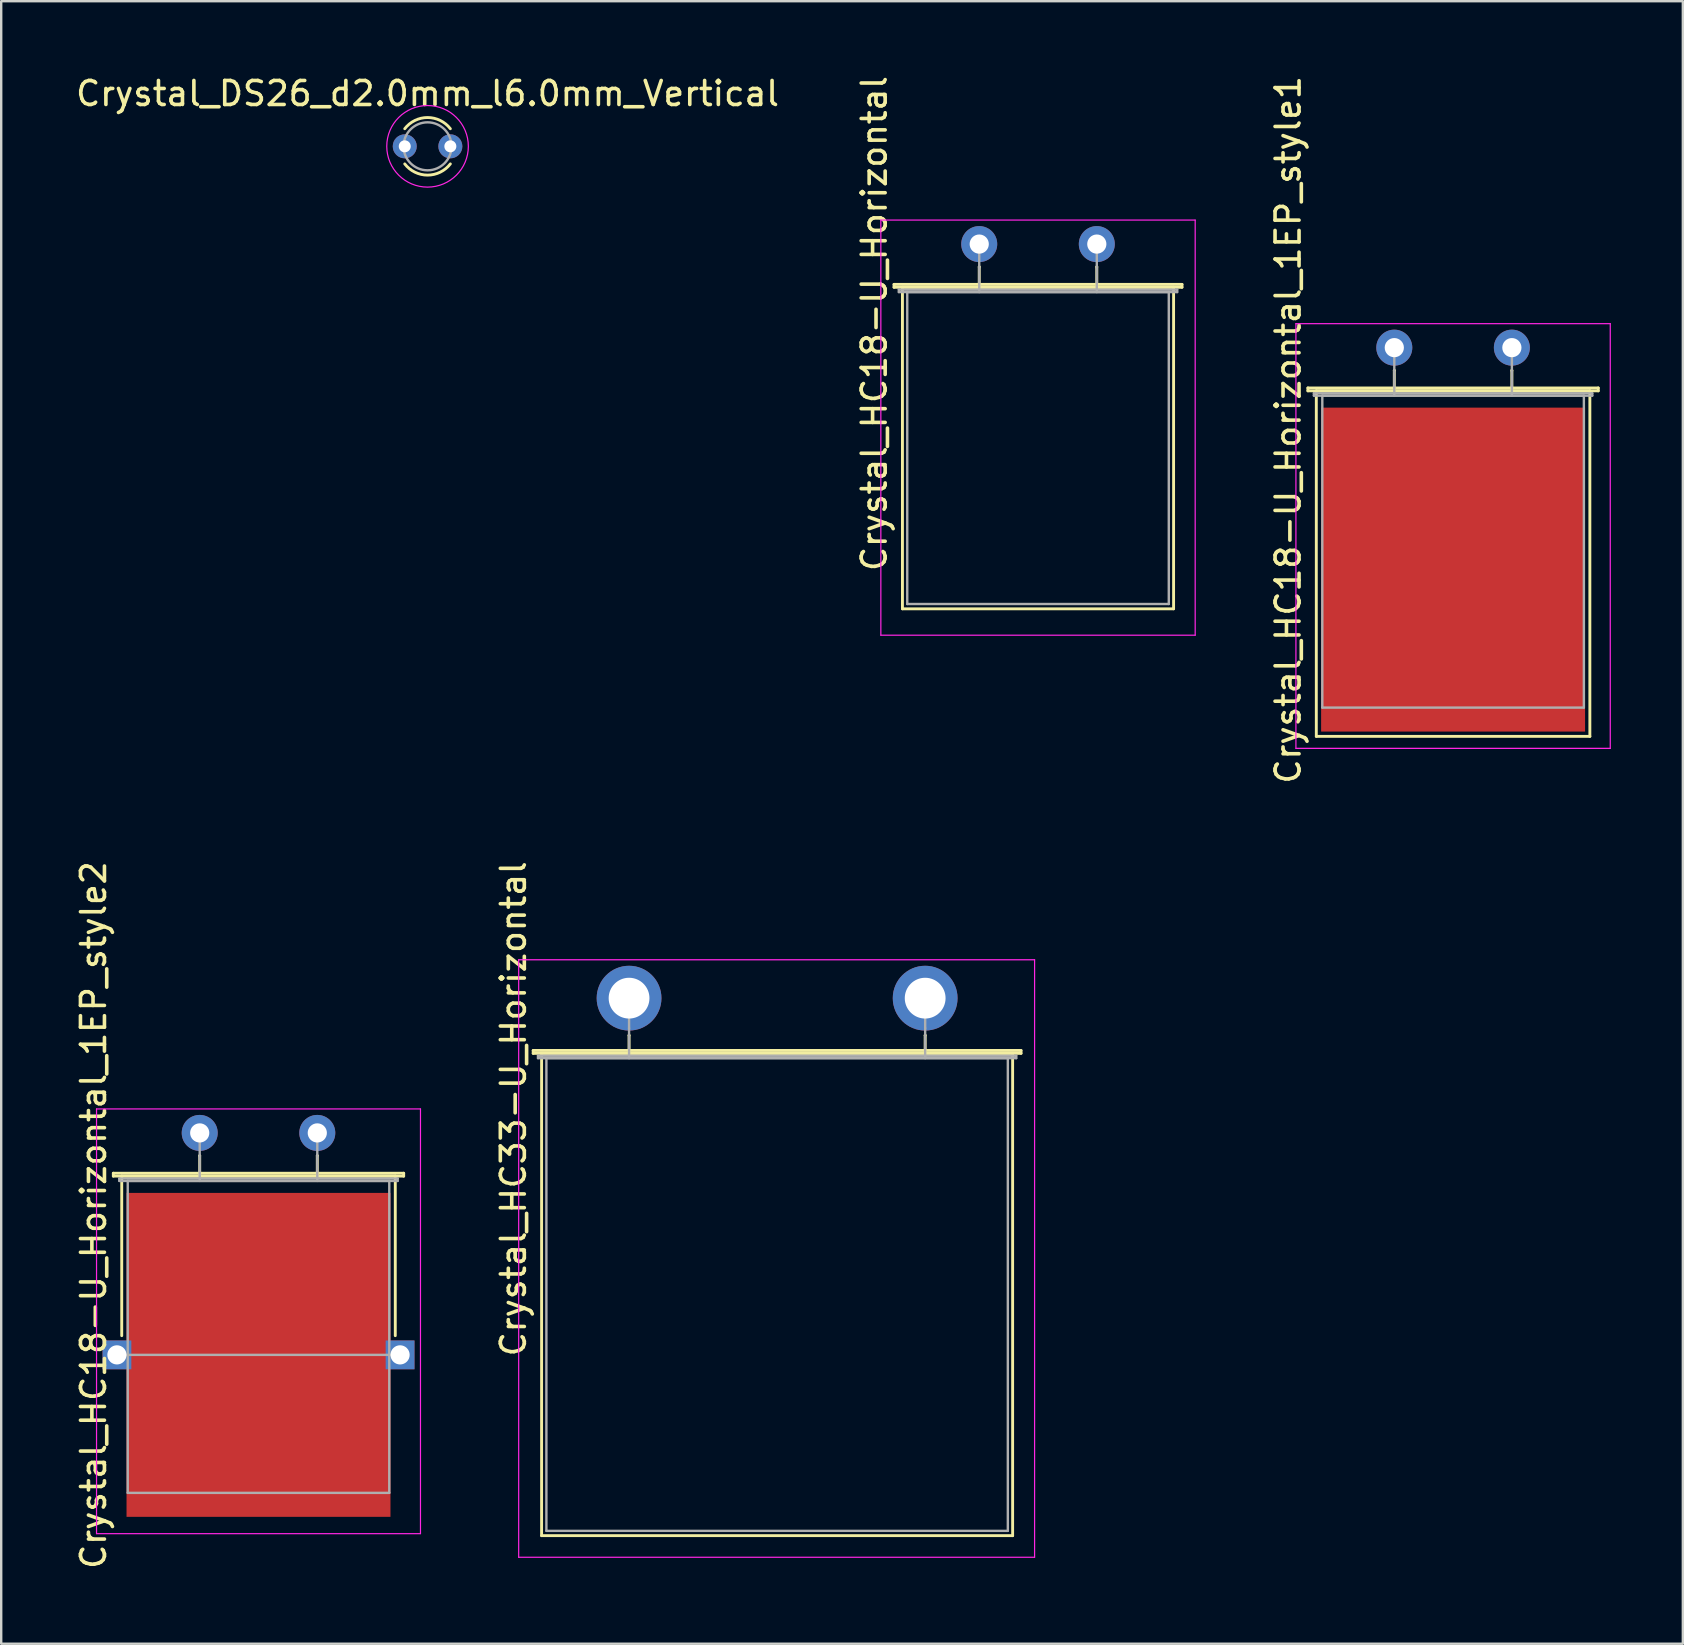
<source format=kicad_pcb>
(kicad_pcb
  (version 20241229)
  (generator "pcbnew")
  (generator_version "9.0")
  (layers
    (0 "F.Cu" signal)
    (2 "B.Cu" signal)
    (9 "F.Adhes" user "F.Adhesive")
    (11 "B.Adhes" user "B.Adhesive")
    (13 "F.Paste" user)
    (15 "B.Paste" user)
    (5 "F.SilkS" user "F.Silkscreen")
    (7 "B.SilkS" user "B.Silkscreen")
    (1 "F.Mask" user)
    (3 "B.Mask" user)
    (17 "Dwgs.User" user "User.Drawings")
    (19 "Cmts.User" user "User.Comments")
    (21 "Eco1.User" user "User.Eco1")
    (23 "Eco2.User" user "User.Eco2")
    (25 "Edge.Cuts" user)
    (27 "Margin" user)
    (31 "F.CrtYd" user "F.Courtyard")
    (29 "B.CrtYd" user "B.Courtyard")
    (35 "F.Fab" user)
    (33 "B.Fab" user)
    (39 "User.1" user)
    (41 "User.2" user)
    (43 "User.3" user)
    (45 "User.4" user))
  (footprint "Crystal_HC18-U_Horizontal"
    (layer "F.Cu")
    (at 37.759 7.122)
    (property "Reference" "Crystal_HC18-U_Horizontal" (at -4.375 3.312 90) (layer "F.SilkS") (effects (font (size 1 1) (thickness 0.15))))
    (attr through_hole)
    (fp_line (start -3.55 1.68) (end 8.45 1.68) (stroke (width 0.12) (type solid)) (layer "F.SilkS"))
    (fp_line (start -3.55 1.8) (end -3.55 1.68) (stroke (width 0.12) (type solid)) (layer "F.SilkS"))
    (fp_line (start -3.2 1.8) (end -3.2 15.2) (stroke (width 0.12) (type solid)) (layer "F.SilkS"))
    (fp_line (start -3.2 15.2) (end 8.1 15.2) (stroke (width 0.12) (type solid)) (layer "F.SilkS"))
    (fp_line (start 0 0.95) (end 0 0.95) (stroke (width 0.12) (type solid)) (layer "F.SilkS"))
    (fp_line (start 0 1.8) (end 0 0.95) (stroke (width 0.12) (type solid)) (layer "F.SilkS"))
    (fp_line (start 4.9 0.95) (end 4.9 0.95) (stroke (width 0.12) (type solid)) (layer "F.SilkS"))
    (fp_line (start 4.9 1.8) (end 4.9 0.95) (stroke (width 0.12) (type solid)) (layer "F.SilkS"))
    (fp_line (start 8.1 1.8) (end -3.2 1.8) (stroke (width 0.12) (type solid)) (layer "F.SilkS"))
    (fp_line (start 8.1 15.2) (end 8.1 1.8) (stroke (width 0.12) (type solid)) (layer "F.SilkS"))
    (fp_line (start 8.45 1.68) (end 8.45 1.8) (stroke (width 0.12) (type solid)) (layer "F.SilkS"))
    (fp_line (start 8.45 1.8) (end -3.55 1.8) (stroke (width 0.12) (type solid)) (layer "F.SilkS"))
    (fp_line (start -4.1 -1) (end -4.1 16.3) (stroke (width 0.05) (type solid)) (layer "F.CrtYd"))
    (fp_line (start -4.1 16.3) (end 9 16.3) (stroke (width 0.05) (type solid)) (layer "F.CrtYd"))
    (fp_line (start 9 -1) (end -4.1 -1) (stroke (width 0.05) (type solid)) (layer "F.CrtYd"))
    (fp_line (start 9 16.3) (end 9 -1) (stroke (width 0.05) (type solid)) (layer "F.CrtYd"))
    (fp_line (start -3.35 1.9) (end 8.25 1.9) (stroke (width 0.1) (type solid)) (layer "F.Fab"))
    (fp_line (start -3.35 2) (end -3.35 1.9) (stroke (width 0.1) (type solid)) (layer "F.Fab"))
    (fp_line (start -3 2) (end -3 15) (stroke (width 0.1) (type solid)) (layer "F.Fab"))
    (fp_line (start -3 15) (end 7.9 15) (stroke (width 0.1) (type solid)) (layer "F.Fab"))
    (fp_line (start 0 1) (end 0 0) (stroke (width 0.1) (type solid)) (layer "F.Fab"))
    (fp_line (start 0 2) (end 0 1) (stroke (width 0.1) (type solid)) (layer "F.Fab"))
    (fp_line (start 4.9 1) (end 4.9 0) (stroke (width 0.1) (type solid)) (layer "F.Fab"))
    (fp_line (start 4.9 2) (end 4.9 1) (stroke (width 0.1) (type solid)) (layer "F.Fab"))
    (fp_line (start 7.9 2) (end -3 2) (stroke (width 0.1) (type solid)) (layer "F.Fab"))
    (fp_line (start 7.9 15) (end 7.9 2) (stroke (width 0.1) (type solid)) (layer "F.Fab"))
    (fp_line (start 8.25 1.9) (end 8.25 2) (stroke (width 0.1) (type solid)) (layer "F.Fab"))
    (fp_line (start 8.25 2) (end -3.35 2) (stroke (width 0.1) (type solid)) (layer "F.Fab"))
    (pad "1" thru_hole circle (at 0 0) (size 1.5 1.5) (drill 0.8) (layers "*.Cu" "*.Mask"))
    (pad "2" thru_hole circle (at 4.9 0) (size 1.5 1.5) (drill 0.8) (layers "*.Cu" "*.Mask")))
  (footprint "Crystal_HC18-U_Horizontal_1EP_style2"
    (layer "F.Cu")
    (at 5.273 44.164)
    (property "Reference" "Crystal_HC18-U_Horizontal_1EP_style2" (at -4.425 3.425 90) (layer "F.SilkS") (effects (font (size 1 1) (thickness 0.15))))
    (attr through_hole)
    (fp_line (start -3.6 1.68) (end 8.5 1.68) (stroke (width 0.12) (type solid)) (layer "F.SilkS"))
    (fp_line (start -3.6 1.8) (end -3.6 1.68) (stroke (width 0.12) (type solid)) (layer "F.SilkS"))
    (fp_line (start -3.25 1.8) (end 8.15 1.8) (stroke (width 0.12) (type solid)) (layer "F.SilkS"))
    (fp_line (start -3.25 8.45) (end -3.25 1.8) (stroke (width 0.12) (type solid)) (layer "F.SilkS"))
    (fp_line (start 0 0.95) (end 0 0.95) (stroke (width 0.12) (type solid)) (layer "F.SilkS"))
    (fp_line (start 0 1.8) (end 0 0.95) (stroke (width 0.12) (type solid)) (layer "F.SilkS"))
    (fp_line (start 4.9 0.95) (end 4.9 0.95) (stroke (width 0.12) (type solid)) (layer "F.SilkS"))
    (fp_line (start 4.9 1.8) (end 4.9 0.95) (stroke (width 0.12) (type solid)) (layer "F.SilkS"))
    (fp_line (start 8.15 1.8) (end 8.15 8.45) (stroke (width 0.12) (type solid)) (layer "F.SilkS"))
    (fp_line (start 8.5 1.68) (end 8.5 1.8) (stroke (width 0.12) (type solid)) (layer "F.SilkS"))
    (fp_line (start 8.5 1.8) (end -3.6 1.8) (stroke (width 0.12) (type solid)) (layer "F.SilkS"))
    (fp_line (start -4.3 -1) (end -4.3 16.7) (stroke (width 0.05) (type solid)) (layer "F.CrtYd"))
    (fp_line (start -4.3 16.7) (end 9.2 16.7) (stroke (width 0.05) (type solid)) (layer "F.CrtYd"))
    (fp_line (start 9.2 -1) (end -4.3 -1) (stroke (width 0.05) (type solid)) (layer "F.CrtYd"))
    (fp_line (start 9.2 16.7) (end 9.2 -1) (stroke (width 0.05) (type solid)) (layer "F.CrtYd"))
    (fp_line (start -3.45 9.25) (end 8.35 9.25) (stroke (width 0.1) (type solid)) (layer "F.Fab"))
    (fp_line (start -3.35 1.9) (end 8.25 1.9) (stroke (width 0.1) (type solid)) (layer "F.Fab"))
    (fp_line (start -3.35 2) (end -3.35 1.9) (stroke (width 0.1) (type solid)) (layer "F.Fab"))
    (fp_line (start -3 2) (end -3 15) (stroke (width 0.1) (type solid)) (layer "F.Fab"))
    (fp_line (start -3 15) (end 7.9 15) (stroke (width 0.1) (type solid)) (layer "F.Fab"))
    (fp_line (start 0 1) (end 0 0) (stroke (width 0.1) (type solid)) (layer "F.Fab"))
    (fp_line (start 0 2) (end 0 1) (stroke (width 0.1) (type solid)) (layer "F.Fab"))
    (fp_line (start 4.9 1) (end 4.9 0) (stroke (width 0.1) (type solid)) (layer "F.Fab"))
    (fp_line (start 4.9 2) (end 4.9 1) (stroke (width 0.1) (type solid)) (layer "F.Fab"))
    (fp_line (start 7.9 2) (end -3 2) (stroke (width 0.1) (type solid)) (layer "F.Fab"))
    (fp_line (start 7.9 15) (end 7.9 2) (stroke (width 0.1) (type solid)) (layer "F.Fab"))
    (fp_line (start 8.25 1.9) (end 8.25 2) (stroke (width 0.1) (type solid)) (layer "F.Fab"))
    (fp_line (start 8.25 2) (end -3.35 2) (stroke (width 0.1) (type solid)) (layer "F.Fab"))
    (pad "1" thru_hole circle (at 0 0) (size 1.5 1.5) (drill 0.8) (layers "*.Cu" "*.Mask"))
    (pad "2" thru_hole circle (at 4.9 0) (size 1.5 1.5) (drill 0.8) (layers "*.Cu" "*.Mask"))
    (pad "3" thru_hole rect (at -3.45 9.25) (size 1.2 1.2) (drill 0.8) (layers "*.Cu" "*.Mask"))
    (pad "3" smd rect (at 2.45 9.25) (size 11 13.5) (layers "F.Cu" "F.Mask"))
    (pad "3" thru_hole rect (at 8.35 9.25) (size 1.2 1.2) (drill 0.8) (layers "*.Cu" "*.Mask")))
  (footprint "Crystal_DS26_d2.0mm_l6.0mm_Vertical"
    (layer "F.Cu")
    (at 13.818 3.048)
    (property "Reference" "Crystal_DS26_d2.0mm_l6.0mm_Vertical" (at 0.95 -2.2 0) (layer "F.SilkS") (effects (font (size 1 1) (thickness 0.15))))
    (attr through_hole)
    (fp_arc (start 0 -0.733144) (mid 0.950178 -1.2) (end 1.900217 -0.732863) (stroke (width 0.12) (type solid)) (layer "F.SilkS"))
    (fp_arc (start 1.900217 0.732863) (mid 0.950178 1.2) (end 0 0.733144) (stroke (width 0.12) (type solid)) (layer "F.SilkS"))
    (fp_circle (center 0.95 0) (end 2.65 0) (stroke (width 0.05) (type solid)) (fill no) (layer "F.CrtYd"))
    (fp_circle (center 0.95 0) (end 1.95 0) (stroke (width 0.1) (type solid)) (fill no) (layer "F.Fab"))
    (pad "1" thru_hole circle (at 0 0) (size 1 1) (drill 0.5) (layers "*.Cu" "*.Mask"))
    (pad "2" thru_hole circle (at 1.9 0) (size 1 1) (drill 0.5) (layers "*.Cu" "*.Mask")))
  (footprint "Crystal_HC33-U_Horizontal"
    (layer "F.Cu")
    (at 23.166 38.548)
    (property "Reference" "Crystal_HC33-U_Horizontal" (at -4.82 4.612 90) (layer "F.SilkS") (effects (font (size 1 1) (thickness 0.15))))
    (attr through_hole)
    (fp_line (start -3.995 2.18) (end 16.335 2.18) (stroke (width 0.12) (type solid)) (layer "F.SilkS"))
    (fp_line (start -3.995 2.3) (end -3.995 2.18) (stroke (width 0.12) (type solid)) (layer "F.SilkS"))
    (fp_line (start -3.645 2.3) (end -3.645 22.4) (stroke (width 0.12) (type solid)) (layer "F.SilkS"))
    (fp_line (start -3.645 22.4) (end 15.985 22.4) (stroke (width 0.12) (type solid)) (layer "F.SilkS"))
    (fp_line (start 0 1.55) (end 0 1.55) (stroke (width 0.12) (type solid)) (layer "F.SilkS"))
    (fp_line (start 0 2.3) (end 0 1.55) (stroke (width 0.12) (type solid)) (layer "F.SilkS"))
    (fp_line (start 12.34 1.55) (end 12.34 1.55) (stroke (width 0.12) (type solid)) (layer "F.SilkS"))
    (fp_line (start 12.34 2.3) (end 12.34 1.55) (stroke (width 0.12) (type solid)) (layer "F.SilkS"))
    (fp_line (start 15.985 2.3) (end -3.645 2.3) (stroke (width 0.12) (type solid)) (layer "F.SilkS"))
    (fp_line (start 15.985 22.4) (end 15.985 2.3) (stroke (width 0.12) (type solid)) (layer "F.SilkS"))
    (fp_line (start 16.335 2.18) (end 16.335 2.3) (stroke (width 0.12) (type solid)) (layer "F.SilkS"))
    (fp_line (start 16.335 2.3) (end -3.995 2.3) (stroke (width 0.12) (type solid)) (layer "F.SilkS"))
    (fp_line (start -4.6 -1.6) (end -4.6 23.3) (stroke (width 0.05) (type solid)) (layer "F.CrtYd"))
    (fp_line (start -4.6 23.3) (end 16.9 23.3) (stroke (width 0.05) (type solid)) (layer "F.CrtYd"))
    (fp_line (start 16.9 -1.6) (end -4.6 -1.6) (stroke (width 0.05) (type solid)) (layer "F.CrtYd"))
    (fp_line (start 16.9 23.3) (end 16.9 -1.6) (stroke (width 0.05) (type solid)) (layer "F.CrtYd"))
    (fp_line (start -3.795 2.4) (end 16.135 2.4) (stroke (width 0.1) (type solid)) (layer "F.Fab"))
    (fp_line (start -3.795 2.5) (end -3.795 2.4) (stroke (width 0.1) (type solid)) (layer "F.Fab"))
    (fp_line (start -3.445 2.5) (end -3.445 22.2) (stroke (width 0.1) (type solid)) (layer "F.Fab"))
    (fp_line (start -3.445 22.2) (end 15.785 22.2) (stroke (width 0.1) (type solid)) (layer "F.Fab"))
    (fp_line (start 0 1.25) (end 0 0) (stroke (width 0.1) (type solid)) (layer "F.Fab"))
    (fp_line (start 0 2.5) (end 0 1.25) (stroke (width 0.1) (type solid)) (layer "F.Fab"))
    (fp_line (start 12.34 1.25) (end 12.34 0) (stroke (width 0.1) (type solid)) (layer "F.Fab"))
    (fp_line (start 12.34 2.5) (end 12.34 1.25) (stroke (width 0.1) (type solid)) (layer "F.Fab"))
    (fp_line (start 15.785 2.5) (end -3.445 2.5) (stroke (width 0.1) (type solid)) (layer "F.Fab"))
    (fp_line (start 15.785 22.2) (end 15.785 2.5) (stroke (width 0.1) (type solid)) (layer "F.Fab"))
    (fp_line (start 16.135 2.4) (end 16.135 2.5) (stroke (width 0.1) (type solid)) (layer "F.Fab"))
    (fp_line (start 16.135 2.5) (end -3.795 2.5) (stroke (width 0.1) (type solid)) (layer "F.Fab"))
    (pad "1" thru_hole circle (at 0 0) (size 2.7 2.7) (drill 1.7) (layers "*.Cu" "*.Mask"))
    (pad "2" thru_hole circle (at 12.34 0) (size 2.7 2.7) (drill 1.7) (layers "*.Cu" "*.Mask")))
  (footprint "Crystal_HC18-U_Horizontal_1EP_style1"
    (layer "F.Cu")
    (at 55.057 11.438)
    (property "Reference" "Crystal_HC18-U_Horizontal_1EP_style1" (at -4.425 3.425 90) (layer "F.SilkS") (effects (font (size 1 1) (thickness 0.15))))
    (attr through_hole)
    (fp_line (start -3.6 1.68) (end 8.5 1.68) (stroke (width 0.12) (type solid)) (layer "F.SilkS"))
    (fp_line (start -3.6 1.8) (end -3.6 1.68) (stroke (width 0.12) (type solid)) (layer "F.SilkS"))
    (fp_line (start -3.25 1.8) (end -3.25 16.2) (stroke (width 0.12) (type solid)) (layer "F.SilkS"))
    (fp_line (start -3.25 16.2) (end 8.15 16.2) (stroke (width 0.12) (type solid)) (layer "F.SilkS"))
    (fp_line (start 0 0.95) (end 0 0.95) (stroke (width 0.12) (type solid)) (layer "F.SilkS"))
    (fp_line (start 0 1.8) (end 0 0.95) (stroke (width 0.12) (type solid)) (layer "F.SilkS"))
    (fp_line (start 4.9 0.95) (end 4.9 0.95) (stroke (width 0.12) (type solid)) (layer "F.SilkS"))
    (fp_line (start 4.9 1.8) (end 4.9 0.95) (stroke (width 0.12) (type solid)) (layer "F.SilkS"))
    (fp_line (start 8.15 1.8) (end -3.25 1.8) (stroke (width 0.12) (type solid)) (layer "F.SilkS"))
    (fp_line (start 8.15 16.2) (end 8.15 1.8) (stroke (width 0.12) (type solid)) (layer "F.SilkS"))
    (fp_line (start 8.5 1.68) (end 8.5 1.8) (stroke (width 0.12) (type solid)) (layer "F.SilkS"))
    (fp_line (start 8.5 1.8) (end -3.6 1.8) (stroke (width 0.12) (type solid)) (layer "F.SilkS"))
    (fp_line (start -4.1 -1) (end -4.1 16.7) (stroke (width 0.05) (type solid)) (layer "F.CrtYd"))
    (fp_line (start -4.1 16.7) (end 9 16.7) (stroke (width 0.05) (type solid)) (layer "F.CrtYd"))
    (fp_line (start 9 -1) (end -4.1 -1) (stroke (width 0.05) (type solid)) (layer "F.CrtYd"))
    (fp_line (start 9 16.7) (end 9 -1) (stroke (width 0.05) (type solid)) (layer "F.CrtYd"))
    (fp_line (start -3.35 1.9) (end 8.25 1.9) (stroke (width 0.1) (type solid)) (layer "F.Fab"))
    (fp_line (start -3.35 2) (end -3.35 1.9) (stroke (width 0.1) (type solid)) (layer "F.Fab"))
    (fp_line (start -3 2) (end -3 15) (stroke (width 0.1) (type solid)) (layer "F.Fab"))
    (fp_line (start -3 15) (end 7.9 15) (stroke (width 0.1) (type solid)) (layer "F.Fab"))
    (fp_line (start 0 1) (end 0 0) (stroke (width 0.1) (type solid)) (layer "F.Fab"))
    (fp_line (start 0 2) (end 0 1) (stroke (width 0.1) (type solid)) (layer "F.Fab"))
    (fp_line (start 4.9 1) (end 4.9 0) (stroke (width 0.1) (type solid)) (layer "F.Fab"))
    (fp_line (start 4.9 2) (end 4.9 1) (stroke (width 0.1) (type solid)) (layer "F.Fab"))
    (fp_line (start 7.9 2) (end -3 2) (stroke (width 0.1) (type solid)) (layer "F.Fab"))
    (fp_line (start 7.9 15) (end 7.9 2) (stroke (width 0.1) (type solid)) (layer "F.Fab"))
    (fp_line (start 8.25 1.9) (end 8.25 2) (stroke (width 0.1) (type solid)) (layer "F.Fab"))
    (fp_line (start 8.25 2) (end -3.35 2) (stroke (width 0.1) (type solid)) (layer "F.Fab"))
    (pad "1" thru_hole circle (at 0 0) (size 1.5 1.5) (drill 0.8) (layers "*.Cu" "*.Mask"))
    (pad "2" thru_hole circle (at 4.9 0) (size 1.5 1.5) (drill 0.8) (layers "*.Cu" "*.Mask"))
    (pad "3" smd rect (at 2.45 9.25) (size 11 13.5) (layers "F.Cu" "F.Mask")))
  (gr_rect
    (start -3 -3)
    (end 67.082 65.452)
    (stroke (width 0.1) (type default))
    (fill no)
    (layer "Edge.Cuts")))
</source>
